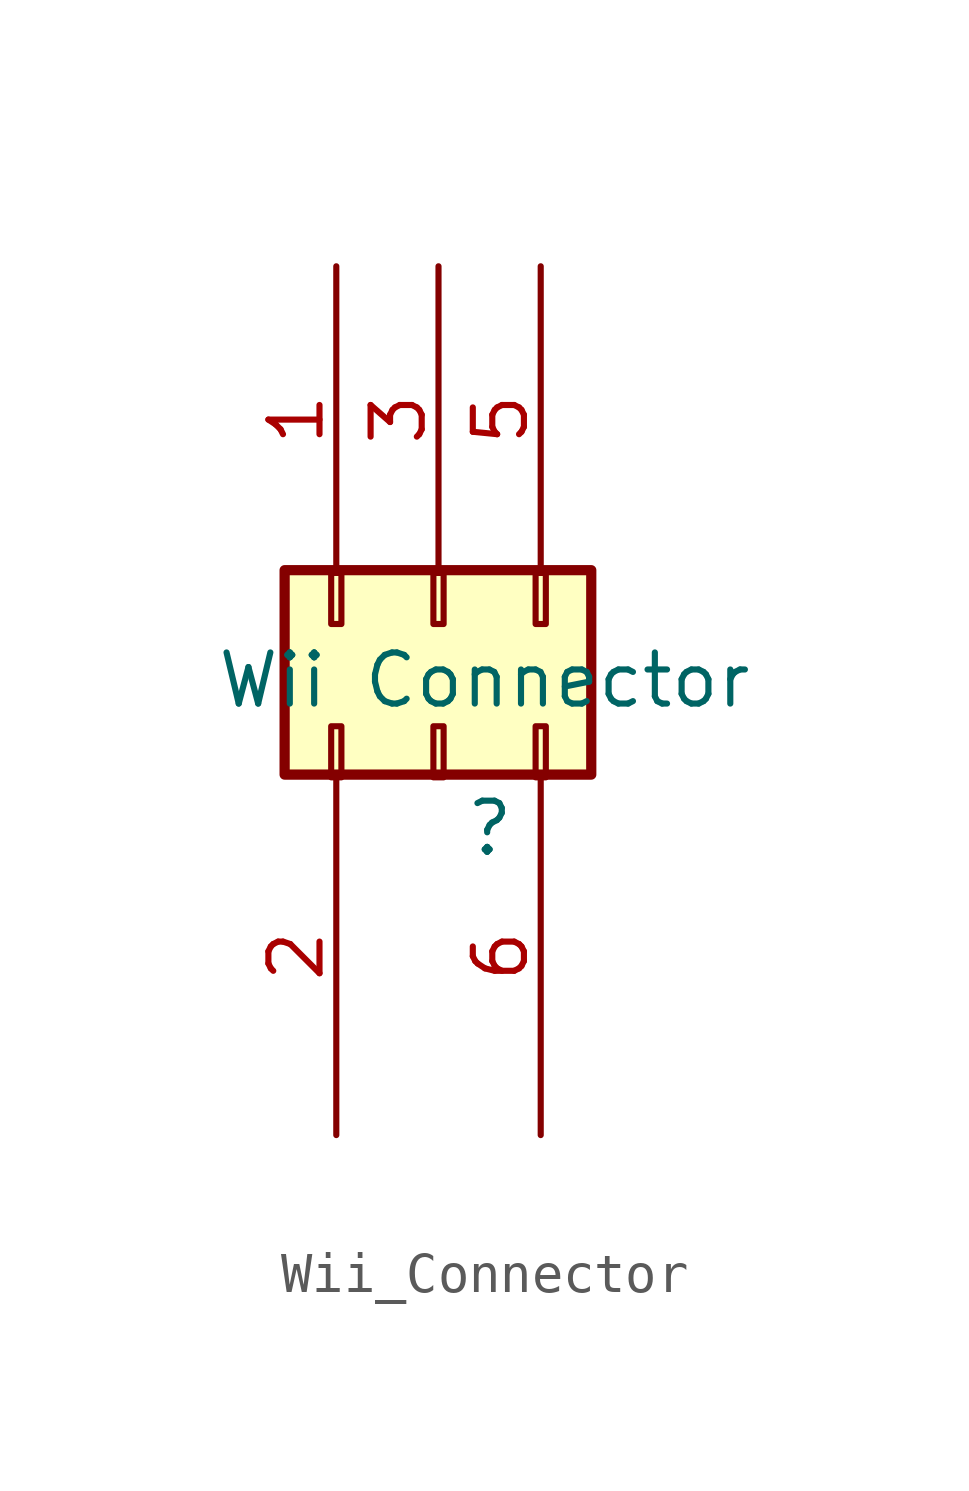
<source format=kicad_sym>
(kicad_symbol_lib
  (version 20231120)
  (generator "kicad_symbol_editor")
  (generator_version "8.0")
  (symbol "Wii_Connector"
    (pin_names
      (offset 1.016) hide)
    (property "Reference" ""
      (at 1.905 -3.175 0)
      (effects (font (size 1.27 1.27))))
    (property "Value" "Wii Connector"
      (at 1.778 0.508 0)
      (effects (font (size 1.27 1.27))))
    (symbol "Wii_Connector_1_1"
      (rectangle (start -3.189 3.243) (end 4.431 -1.837) (stroke (width 0.254) (type default)) (fill (type background)))
      (rectangle (start -1.778 -1.905) (end -2.032 -0.635) (stroke (width 0.152) (type default)) (fill (type none)))
      (rectangle (start -1.778 3.175) (end -2.032 1.905) (stroke (width 0.152) (type default)) (fill (type none)))
      (rectangle (start 0.508 3.175) (end 0.762 1.905) (stroke (width 0.152) (type default)) (fill (type none)))
      (rectangle (start 0.762 -1.905) (end 0.508 -0.635) (stroke (width 0.152) (type default)) (fill (type none)))
      (rectangle (start 3.302 -1.905) (end 3.048 -0.635) (stroke (width 0.152) (type default)) (fill (type none)))
      (rectangle (start 3.302 3.175) (end 3.048 1.905) (stroke (width 0.152) (type default)) (fill (type none)))
      (pin passive line (at -1.905 10.795 270) (length 7.62) (name "3.3v" (effects (font (size 1.27 1.27)))) (number "1" (effects (font (size 1.27 1.27)))))
      (pin passive line (at -1.905 -10.795 90) (length 8.89) (name "SCL" (effects (font (size 1.27 1.27)))) (number "2" (effects (font (size 1.27 1.27)))))
      (pin passive line (at 0.635 10.795 270) (length 7.62) (name "3.3v" (effects (font (size 1.27 1.27)))) (number "3" (effects (font (size 1.27 1.27)))))
      (pin passive line (at 3.175 10.795 270) (length 7.62) (name "SDA" (effects (font (size 1.27 1.27)))) (number "5" (effects (font (size 1.27 1.27)))))
      (pin passive line (at 3.175 -10.795 90) (length 8.89) (name "GND" (effects (font (size 1.27 1.27)))) (number "6" (effects (font (size 1.27 1.27))))))))
</source>
